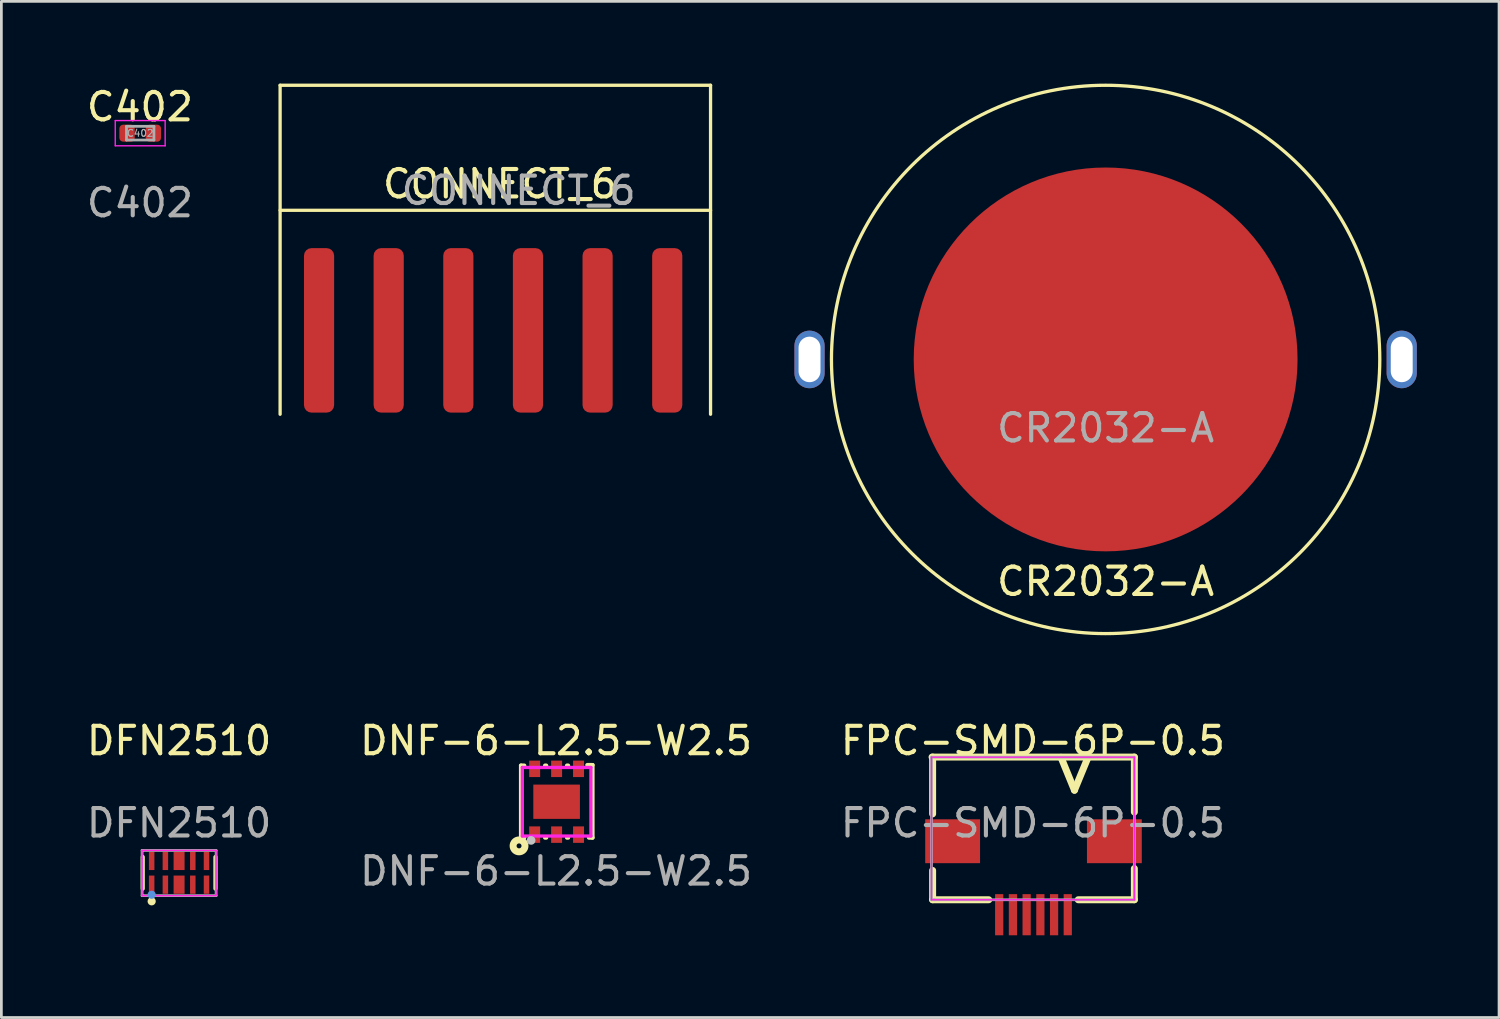
<source format=kicad_pcb>
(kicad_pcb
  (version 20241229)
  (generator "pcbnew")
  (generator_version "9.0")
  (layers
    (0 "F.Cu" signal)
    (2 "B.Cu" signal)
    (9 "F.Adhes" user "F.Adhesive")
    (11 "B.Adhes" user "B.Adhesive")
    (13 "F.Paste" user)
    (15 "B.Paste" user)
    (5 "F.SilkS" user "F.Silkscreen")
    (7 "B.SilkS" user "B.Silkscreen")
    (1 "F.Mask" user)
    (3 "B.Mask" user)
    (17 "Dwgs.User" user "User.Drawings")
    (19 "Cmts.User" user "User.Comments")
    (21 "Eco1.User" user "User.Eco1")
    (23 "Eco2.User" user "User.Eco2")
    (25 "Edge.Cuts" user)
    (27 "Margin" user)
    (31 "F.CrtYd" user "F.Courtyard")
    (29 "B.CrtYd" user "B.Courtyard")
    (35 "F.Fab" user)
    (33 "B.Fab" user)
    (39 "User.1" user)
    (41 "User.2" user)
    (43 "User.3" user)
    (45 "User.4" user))
  (footprint "CONNECT_6"
    (layer "F.Cu")
    (at 14.967 6.3)
    (property "Reference" "CONNECT_6" (at 0.22 -2.64 0) (unlocked yes) (layer "F.SilkS") (effects (font (size 1 1) (thickness 0.15))))
    (attr smd)
    (fp_line (start -7.8 -6.24) (end -7.8 5.76) (stroke (width 0.12) (type solid)) (layer "F.SilkS"))
    (fp_line (start -7.8 -6.24) (end 7.9 -6.24) (stroke (width 0.12) (type solid)) (layer "F.SilkS"))
    (fp_line (start -7.8 -1.68) (end 7.9 -1.68) (stroke (width 0.12) (type solid)) (layer "F.SilkS"))
    (fp_line (start 7.9 -6.24) (end 7.9 5.76) (stroke (width 0.12) (type solid)) (layer "F.SilkS"))
    (fp_text user "${REFERENCE}" (at 0.9 -2.4 0) (unlocked yes) (layer "F.Fab") (effects (font (size 1 1) (thickness 0.15))))
    (pad "1" smd roundrect (at -6.38 2.7) (size 1.1 6) (layers "F.Cu" "F.Mask" "F.Paste") (roundrect_rratio 0.25))
    (pad "2" smd roundrect (at -3.84 2.7) (size 1.1 6) (layers "F.Cu" "F.Mask" "F.Paste") (roundrect_rratio 0.25))
    (pad "3" smd roundrect (at -1.3 2.7) (size 1.1 6) (layers "F.Cu" "F.Mask" "F.Paste") (roundrect_rratio 0.25))
    (pad "4" smd roundrect (at 1.24 2.7) (size 1.1 6) (layers "F.Cu" "F.Mask" "F.Paste") (roundrect_rratio 0.25))
    (pad "5" smd roundrect (at 3.78 2.7) (size 1.1 6) (layers "F.Cu" "F.Mask" "F.Paste") (roundrect_rratio 0.25))
    (pad "6" smd roundrect (at 6.32 2.7) (size 1.1 6) (layers "F.Cu" "F.Mask" "F.Paste") (roundrect_rratio 0.25)))
  (footprint "DNF-6-L2.5-W2.5"
    (layer "F.Cu")
    (at 17.232 26.223)
    (property "Reference" "DNF-6-L2.5-W2.5" (at 0 -2.255 0) (unlocked yes) (layer "F.SilkS") (effects (font (size 1 1) (thickness 0.15))))
    (attr smd)
    (fp_line (start -1.28 -1.35) (end -1.159 -1.35) (stroke (width 0.15) (type solid)) (layer "F.SilkS"))
    (fp_line (start -1.28 1.28) (end -1.28 -1.35) (stroke (width 0.15) (type solid)) (layer "F.SilkS"))
    (fp_line (start -1.159 1.28) (end -1.28 1.28) (stroke (width 0.15) (type solid)) (layer "F.SilkS"))
    (fp_line (start -0.401 -1.35) (end -0.359 -1.35) (stroke (width 0.15) (type solid)) (layer "F.SilkS"))
    (fp_line (start -0.359 1.28) (end -0.401 1.28) (stroke (width 0.15) (type solid)) (layer "F.SilkS"))
    (fp_line (start 0.399 -1.35) (end 0.441 -1.35) (stroke (width 0.15) (type solid)) (layer "F.SilkS"))
    (fp_line (start 0.441 1.28) (end 0.399 1.28) (stroke (width 0.15) (type solid)) (layer "F.SilkS"))
    (fp_line (start 1.14 -1.37) (end 1.33 -1.37) (stroke (width 0.15) (type solid)) (layer "F.SilkS"))
    (fp_line (start 1.33 -1.37) (end 1.33 1.28) (stroke (width 0.15) (type solid)) (layer "F.SilkS"))
    (fp_line (start 1.33 1.28) (end 1.199 1.28) (stroke (width 0.15) (type solid)) (layer "F.SilkS"))
    (fp_circle (center -1.35 1.58) (end -1.26 1.58) (stroke (width 0.254) (type solid)) (fill no) (layer "F.SilkS"))
    (fp_circle (center -0.91 1.38) (end -0.83 1.38) (stroke (width 0.16) (type solid)) (fill no) (layer "Dwgs.User"))
    (fp_circle (center -1.23 1.22) (end -1.2 1.22) (stroke (width 0.06) (type solid)) (fill no) (layer "Eco2.User"))
    (fp_line (start -1.23 -1.28) (end 1.27 -1.28) (stroke (width 0.12) (type solid)) (layer "F.CrtYd"))
    (fp_line (start -1.23 1.22) (end -1.23 -1.28) (stroke (width 0.12) (type solid)) (layer "F.CrtYd"))
    (fp_line (start 1.27 -1.28) (end 1.27 1.22) (stroke (width 0.12) (type solid)) (layer "F.CrtYd"))
    (fp_line (start 1.27 1.22) (end -1.23 1.22) (stroke (width 0.12) (type solid)) (layer "F.CrtYd"))
    (fp_text user "${REFERENCE}" (at 0 2.5 0) (unlocked yes) (layer "F.Fab") (effects (font (size 1 1) (thickness 0.15))))
    (pad "1" smd rect (at -0.78 1.17) (size 0.4 0.6) (layers "F.Cu" "F.Mask" "F.Paste"))
    (pad "2" smd rect (at 0.02 1.17) (size 0.4 0.6) (layers "F.Cu" "F.Mask" "F.Paste"))
    (pad "3" smd rect (at 0.82 1.17) (size 0.4 0.6) (layers "F.Cu" "F.Mask" "F.Paste"))
    (pad "4" smd rect (at 0.82 -1.23) (size 0.4 0.6) (layers "F.Cu" "F.Mask" "F.Paste"))
    (pad "5" smd rect (at 0.02 -1.23) (size 0.4 0.6) (layers "F.Cu" "F.Mask" "F.Paste"))
    (pad "6" smd rect (at -0.78 -1.23) (size 0.4 0.6) (layers "F.Cu" "F.Mask" "F.Paste"))
    (pad "7" smd rect (at 0.02 -0.03) (size 1.7 1.25) (layers "F.Cu" "F.Mask" "F.Paste")))
  (footprint "CR2032-A"
    (layer "F.Cu")
    (at 37.277 10.06)
    (property "Reference" "CR2032-A" (at 0 8.1 0) (unlocked yes) (layer "F.SilkS") (effects (font (size 1 1) (thickness 0.15))))
    (attr smd)
    (fp_circle (center 0 0) (end 10 0) (stroke (width 0.12) (type solid)) (fill no) (layer "F.SilkS"))
    (fp_text user "${REFERENCE}" (at 0 2.5 0) (unlocked yes) (layer "F.Fab") (effects (font (size 1 1) (thickness 0.15))))
    (pad "1" thru_hole oval (at -10.8 0) (size 1.1 2.1) (drill oval 0.8 1.66) (layers "*.Cu" "*.Mask"))
    (pad "1" thru_hole oval (at 10.8 0) (size 1.1 2.1) (drill oval 0.8 1.66) (layers "*.Cu" "*.Mask"))
    (pad "2" smd circle (at 0 0) (size 14 14) (layers "F.Cu" "F.Mask" "F.Paste")))
  (footprint "C402"
    (layer "F.Cu")
    (at 2.054 1.848)
    (property "Reference" "C402" (at 0 -1 0) (unlocked yes) (layer "F.SilkS") (effects (font (size 1 1) (thickness 0.15))))
    (fp_line (start -0.9 -0.5) (end 0.92 -0.5) (stroke (width 0.05) (type solid)) (layer "F.CrtYd"))
    (fp_line (start -0.9 0.42) (end -0.9 -0.5) (stroke (width 0.05) (type solid)) (layer "F.CrtYd"))
    (fp_line (start 0.92 -0.5) (end 0.92 0.42) (stroke (width 0.05) (type solid)) (layer "F.CrtYd"))
    (fp_line (start 0.92 0.42) (end -0.9 0.42) (stroke (width 0.05) (type solid)) (layer "F.CrtYd"))
    (fp_line (start -0.49 -0.29) (end 0.51 -0.29) (stroke (width 0.1) (type solid)) (layer "F.Fab"))
    (fp_line (start -0.49 0.21) (end -0.49 -0.29) (stroke (width 0.1) (type solid)) (layer "F.Fab"))
    (fp_line (start 0.51 -0.29) (end 0.51 0.21) (stroke (width 0.1) (type solid)) (layer "F.Fab"))
    (fp_line (start 0.51 0.21) (end -0.49 0.21) (stroke (width 0.1) (type solid)) (layer "F.Fab"))
    (fp_text user "${REFERENCE}" (at 0 2.5 0) (unlocked yes) (layer "F.Fab") (effects (font (size 1 1) (thickness 0.15))))
    (fp_text user "${REFERENCE}" (at 0.01 -0.04 0) (layer "F.Fab") (effects (font (size 0.25 0.25) (thickness 0.04))))
    (pad "1" smd roundrect (at -0.47 -0.04) (size 0.56 0.62) (layers "F.Cu" "F.Mask" "F.Paste") (roundrect_rratio 0.25))
    (pad "2" smd roundrect (at 0.49 -0.04) (size 0.56 0.62) (layers "F.Cu" "F.Mask" "F.Paste") (roundrect_rratio 0.25)))
  (footprint "FPC-SMD-6P-0.5"
    (layer "F.Cu")
    (at 34.625 24.468)
    (property "Reference" "FPC-SMD-6P-0.5" (at 0 -0.5 0) (unlocked yes) (layer "F.SilkS") (effects (font (size 1 1) (thickness 0.15))))
    (attr smd)
    (fp_line (start -3.658 2.168) (end -3.658 0.096) (stroke (width 0.254) (type solid)) (layer "F.SilkS"))
    (fp_line (start -3.658 5.3) (end -3.658 4.231) (stroke (width 0.254) (type solid)) (layer "F.SilkS"))
    (fp_line (start -1.611 5.3) (end -3.658 5.3) (stroke (width 0.254) (type solid)) (layer "F.SilkS"))
    (fp_line (start 1.025 0.105) (end 1.515 1.305) (stroke (width 0.254) (type solid)) (layer "F.SilkS"))
    (fp_line (start 1.515 1.305) (end 2.014 0.095) (stroke (width 0.254) (type solid)) (layer "F.SilkS"))
    (fp_line (start 3.7 0.096) (end -3.679 0.096) (stroke (width 0.254) (type solid)) (layer "F.SilkS"))
    (fp_line (start 3.7 2.1) (end 3.7 0.096) (stroke (width 0.254) (type solid)) (layer "F.SilkS"))
    (fp_line (start 3.7 5.3) (end 1.653 5.3) (stroke (width 0.254) (type solid)) (layer "F.SilkS"))
    (fp_line (start 3.7 5.3) (end 3.7 4.162) (stroke (width 0.254) (type solid)) (layer "F.SilkS"))
    (fp_line (start -3.7 0.1) (end -3.7 5.3) (stroke (width 0.05) (type solid)) (layer "F.CrtYd"))
    (fp_line (start -3.7 5.3) (end 3.7 5.3) (stroke (width 0.05) (type solid)) (layer "F.CrtYd"))
    (fp_line (start 3.7 0.1) (end -3.7 0.1) (stroke (width 0.05) (type solid)) (layer "F.CrtYd"))
    (fp_line (start 3.7 5.3) (end 3.7 0.1) (stroke (width 0.05) (type solid)) (layer "F.CrtYd"))
    (fp_line (start -3.7 0.1) (end -3.7 5.3) (stroke (width 0.1) (type solid)) (layer "F.Fab"))
    (fp_line (start -3.7 5.3) (end -3.6 5.3) (stroke (width 0.1) (type solid)) (layer "F.Fab"))
    (fp_line (start -3.6 5.3) (end 3.7 5.3) (stroke (width 0.1) (type solid)) (layer "F.Fab"))
    (fp_line (start 3.7 0.1) (end -3.7 0.1) (stroke (width 0.1) (type solid)) (layer "F.Fab"))
    (fp_line (start 3.7 5.3) (end 3.7 0.1) (stroke (width 0.1) (type solid)) (layer "F.Fab"))
    (fp_text user "${REFERENCE}" (at 0 2.5 0) (unlocked yes) (layer "F.Fab") (effects (font (size 1 1) (thickness 0.15))))
    (pad "" smd rect (at -2.928 3.166) (size 2 1.6) (layers "F.Cu" "F.Mask" "F.Paste"))
    (pad "" smd rect (at 2.971 3.166 180) (size 2 1.6) (layers "F.Cu" "F.Mask" "F.Paste"))
    (pad "1" smd rect (at 1.271 5.846 180) (size 0.3 1.5) (layers "F.Cu" "F.Mask" "F.Paste"))
    (pad "2" smd rect (at 0.772 5.846 180) (size 0.3 1.5) (layers "F.Cu" "F.Mask" "F.Paste"))
    (pad "3" smd rect (at 0.272 5.846 180) (size 0.3 1.5) (layers "F.Cu" "F.Mask" "F.Paste"))
    (pad "4" smd rect (at -0.229 5.846 180) (size 0.3 1.5) (layers "F.Cu" "F.Mask" "F.Paste"))
    (pad "5" smd rect (at -0.729 5.846 180) (size 0.3 1.5) (layers "F.Cu" "F.Mask" "F.Paste"))
    (pad "6" smd rect (at -1.23 5.846 180) (size 0.3 1.5) (layers "F.Cu" "F.Mask" "F.Paste")))
  (footprint "DFN2510"
    (layer "F.Cu")
    (at 3.482 28.718)
    (property "Reference" "DFN2510" (at 0 -4.75 0) (unlocked yes) (layer "F.SilkS") (effects (font (size 1 1) (thickness 0.15))))
    (attr smd)
    (fp_line (start -1.326 0.643) (end -1.326 -0.509) (stroke (width 0.152) (type solid)) (layer "F.SilkS"))
    (fp_line (start 1.326 0.643) (end 1.326 -0.509) (stroke (width 0.152) (type solid)) (layer "F.SilkS"))
    (fp_circle (center -1 1.107) (end -1 1.182) (stroke (width 0.15) (type solid)) (fill no) (layer "F.SilkS"))
    (fp_circle (center -1 0.867) (end -1 0.942) (stroke (width 0.15) (type solid)) (fill no) (layer "Cmts.User"))
    (fp_line (start -1.35 -0.75) (end 1.35 -0.75) (stroke (width 0.05) (type solid)) (layer "F.CrtYd"))
    (fp_line (start -1.35 -0.45) (end -1.35 -0.75) (stroke (width 0.05) (type solid)) (layer "F.CrtYd"))
    (fp_line (start -1.35 0.9) (end -1.35 -0.45) (stroke (width 0.05) (type solid)) (layer "F.CrtYd"))
    (fp_line (start 1.35 -0.75) (end 1.35 0.85) (stroke (width 0.05) (type solid)) (layer "F.CrtYd"))
    (fp_line (start 1.35 0.85) (end 1.35 0.9) (stroke (width 0.05) (type solid)) (layer "F.CrtYd"))
    (fp_line (start 1.35 0.9) (end -1.35 0.9) (stroke (width 0.05) (type solid)) (layer "F.CrtYd"))
    (fp_line (start -1.35 -0.75) (end -1.35 0.9) (stroke (width 0.1) (type solid)) (layer "F.Fab"))
    (fp_line (start -1.35 0.9) (end 1.35 0.9) (stroke (width 0.1) (type solid)) (layer "F.Fab"))
    (fp_line (start 1.35 -0.75) (end -1.35 -0.75) (stroke (width 0.1) (type solid)) (layer "F.Fab"))
    (fp_line (start 1.35 0.9) (end 1.35 -0.75) (stroke (width 0.1) (type solid)) (layer "F.Fab"))
    (fp_text user "${REFERENCE}" (at 0 -1.75 0) (unlocked yes) (layer "F.Fab") (effects (font (size 1 1) (thickness 0.15))))
    (pad "1" smd rect (at -1 0.5) (size 0.2 0.665) (layers "F.Cu" "F.Mask" "F.Paste"))
    (pad "2" smd rect (at -0.5 0.5) (size 0.2 0.665) (layers "F.Cu" "F.Mask" "F.Paste"))
    (pad "3" smd rect (at 0 0.5) (size 0.4 0.665) (layers "F.Cu" "F.Mask" "F.Paste"))
    (pad "4" smd rect (at 0.5 0.5) (size 0.2 0.665) (layers "F.Cu" "F.Mask" "F.Paste"))
    (pad "5" smd rect (at 1 0.5) (size 0.2 0.665) (layers "F.Cu" "F.Mask" "F.Paste"))
    (pad "6" smd rect (at 1 -0.366) (size 0.2 0.665) (layers "F.Cu" "F.Mask" "F.Paste"))
    (pad "7" smd rect (at 0.5 -0.366) (size 0.2 0.665) (layers "F.Cu" "F.Mask" "F.Paste"))
    (pad "8" smd rect (at 0 -0.366) (size 0.4 0.665) (layers "F.Cu" "F.Mask" "F.Paste"))
    (pad "9" smd rect (at -0.5 -0.366) (size 0.2 0.665) (layers "F.Cu" "F.Mask" "F.Paste"))
    (pad "10" smd rect (at -1 -0.366) (size 0.2 0.665) (layers "F.Cu" "F.Mask" "F.Paste")))
  (gr_rect
    (start -3 -3)
    (end 51.627 34.064)
    (stroke (width 0.1) (type default))
    (fill no)
    (layer "Edge.Cuts")))
</source>
